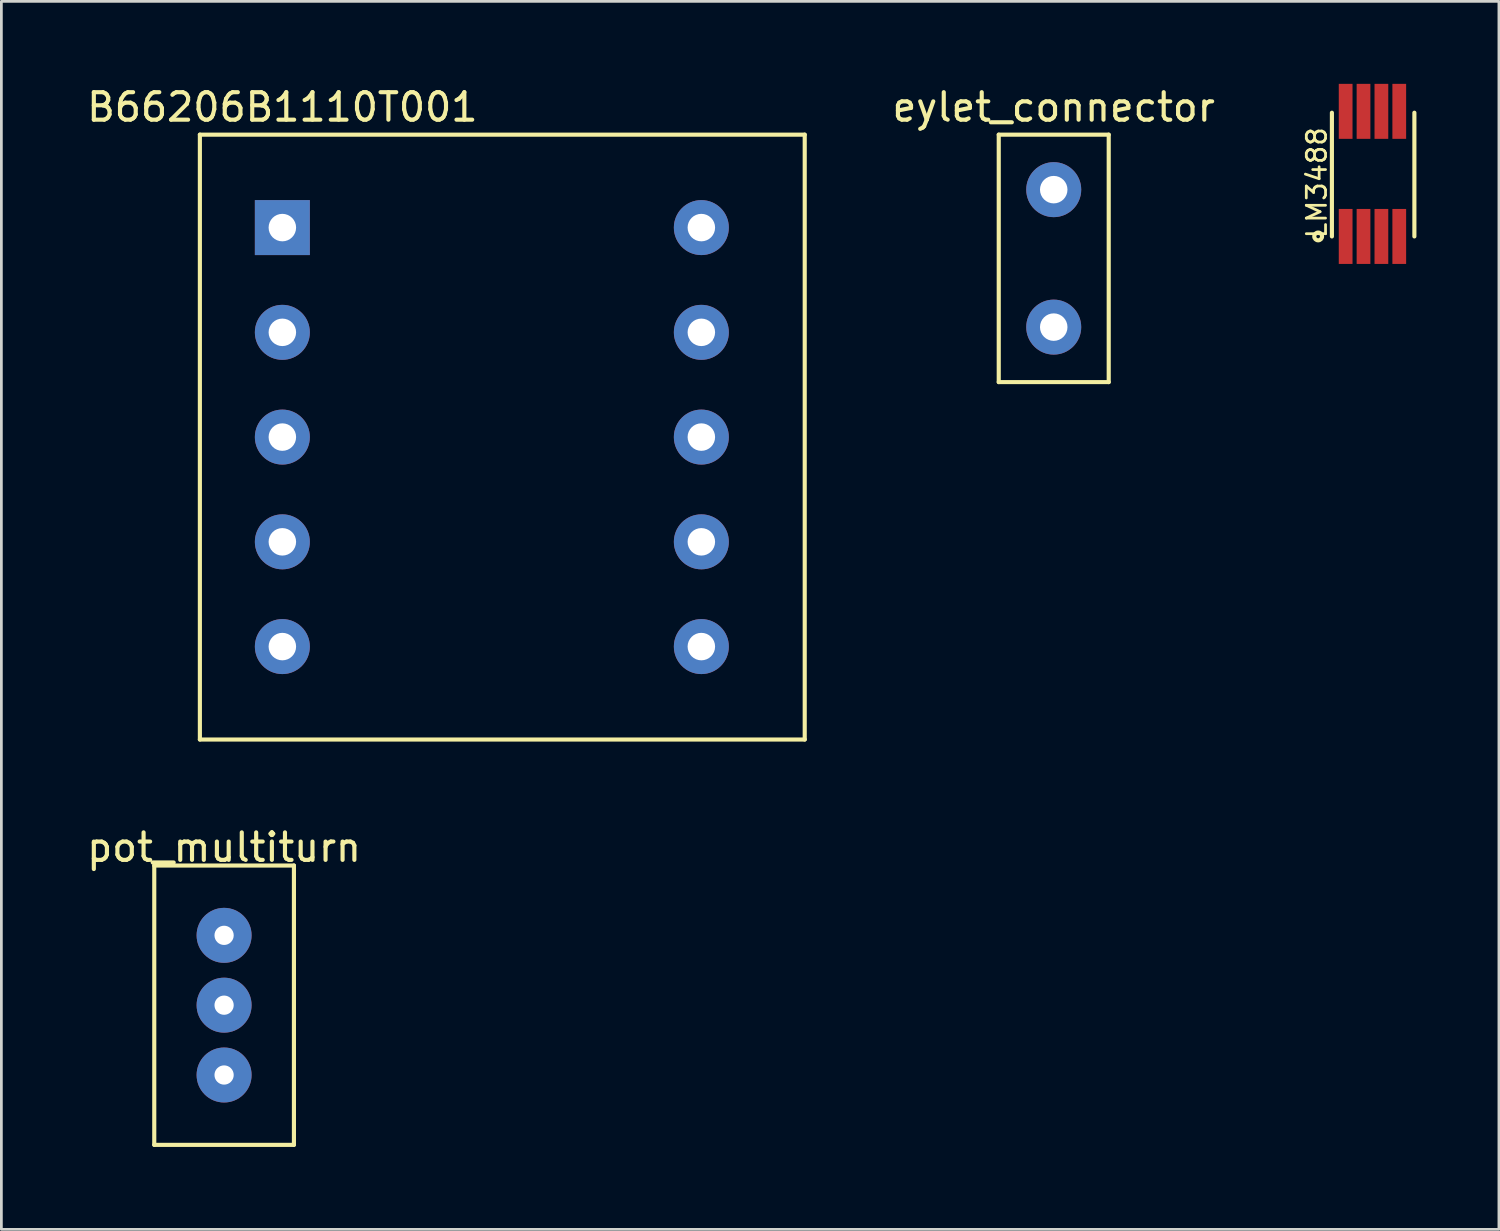
<source format=kicad_pcb>
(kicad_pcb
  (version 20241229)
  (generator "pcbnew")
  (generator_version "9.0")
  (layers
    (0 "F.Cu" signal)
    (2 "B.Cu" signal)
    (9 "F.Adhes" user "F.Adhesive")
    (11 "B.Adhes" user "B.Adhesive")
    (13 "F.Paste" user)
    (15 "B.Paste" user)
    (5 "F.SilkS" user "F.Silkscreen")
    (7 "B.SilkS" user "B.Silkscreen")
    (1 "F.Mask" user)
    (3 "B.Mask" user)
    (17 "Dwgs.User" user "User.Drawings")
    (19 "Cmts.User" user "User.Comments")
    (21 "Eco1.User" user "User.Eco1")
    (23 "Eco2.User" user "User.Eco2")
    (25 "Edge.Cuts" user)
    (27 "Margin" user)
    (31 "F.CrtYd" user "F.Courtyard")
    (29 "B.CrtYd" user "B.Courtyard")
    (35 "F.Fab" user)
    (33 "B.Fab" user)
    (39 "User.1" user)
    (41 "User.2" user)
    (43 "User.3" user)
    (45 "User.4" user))
  (footprint "eylet_connector"
    (layer "F.Cu")
    (at 35.277 3.848)
    (property "Reference" "eylet_connector" (at 0 -3 0) (layer "F.SilkS") (effects (font (size 1 1) (thickness 0.15))))
    (attr through_hole)
    (fp_line (start -2 -2) (end 2 -2) (stroke (width 0.15) (type solid)) (layer "F.SilkS"))
    (fp_line (start -2 7) (end -2 -2) (stroke (width 0.15) (type solid)) (layer "F.SilkS"))
    (fp_line (start 2 -2) (end 2 7) (stroke (width 0.15) (type solid)) (layer "F.SilkS"))
    (fp_line (start 2 7) (end -2 7) (stroke (width 0.15) (type solid)) (layer "F.SilkS"))
    (pad "1" thru_hole circle (at 0 0) (size 2 2) (drill 1) (layers "*.Cu" "*.Mask"))
    (pad "2" thru_hole circle (at 0 5) (size 2 2) (drill 1) (layers "*.Cu" "*.Mask")))
  (footprint "LM3488"
    (layer "F.Cu")
    (at 45.895 5.55)
    (property "Reference" "LM3488" (at -1.05 -1.95 90) (layer "F.SilkS") (effects (font (size 0.7 0.7) (thickness 0.1))))
    (attr through_hole)
    (fp_line (start -0.5 0) (end -0.5 -4.5) (stroke (width 0.15) (type solid)) (layer "F.SilkS"))
    (fp_line (start 2.5 0) (end 2.5 -4.5) (stroke (width 0.15) (type solid)) (layer "F.SilkS"))
    (fp_circle (center -1 0) (end -0.9 0.1) (stroke (width 0.15) (type solid)) (fill no) (layer "F.SilkS"))
    (pad "1" smd rect (at 0 0) (size 0.5 2) (layers "F.Cu" "F.Mask" "F.Paste"))
    (pad "2" smd rect (at 0.65 0) (size 0.5 2) (layers "F.Cu" "F.Mask" "F.Paste"))
    (pad "3" smd rect (at 1.3 0) (size 0.5 2) (layers "F.Cu" "F.Mask" "F.Paste"))
    (pad "4" smd rect (at 1.95 0) (size 0.5 2) (layers "F.Cu" "F.Mask" "F.Paste"))
    (pad "5" smd rect (at 1.95 -4.55) (size 0.5 2) (layers "F.Cu" "F.Mask" "F.Paste"))
    (pad "6" smd rect (at 1.3 -4.55) (size 0.5 2) (layers "F.Cu" "F.Mask" "F.Paste"))
    (pad "7" smd rect (at 0.65 -4.55) (size 0.5 2) (layers "F.Cu" "F.Mask" "F.Paste"))
    (pad "8" smd rect (at 0 -4.55) (size 0.5 2) (layers "F.Cu" "F.Mask" "F.Paste")))
  (footprint "pot_multiturn"
    (layer "F.Cu")
    (at 5.101 30.971)
    (property "Reference" "pot_multiturn" (at 0 -3.2 0) (layer "F.SilkS") (effects (font (size 1 1) (thickness 0.15))))
    (attr through_hole)
    (fp_line (start -2.54 -2.54) (end 2.54 -2.54) (stroke (width 0.15) (type solid)) (layer "F.SilkS"))
    (fp_line (start -2.54 7.62) (end -2.54 -2.54) (stroke (width 0.15) (type solid)) (layer "F.SilkS"))
    (fp_line (start 2.54 -2.54) (end 2.54 7.62) (stroke (width 0.15) (type solid)) (layer "F.SilkS"))
    (fp_line (start 2.54 7.62) (end -2.54 7.62) (stroke (width 0.15) (type solid)) (layer "F.SilkS"))
    (pad "1" thru_hole circle (at 0 0) (size 2 2) (drill 0.7) (layers "*.Cu" "*.Mask"))
    (pad "2" thru_hole circle (at 0 2.54) (size 2 2) (drill 0.7) (layers "*.Cu" "*.Mask"))
    (pad "3" thru_hole circle (at 0 5.08) (size 2 2) (drill 0.7) (layers "*.Cu" "*.Mask")))
  (footprint "B66206B1110T001"
    (layer "F.Cu")
    (at 7.22 12.848)
    (property "Reference" "B66206B1110T001" (at 0 -12 0) (layer "F.SilkS") (effects (font (size 1 1) (thickness 0.15))))
    (attr through_hole)
    (fp_line (start -3 -11) (end 19 -11) (stroke (width 0.15) (type solid)) (layer "F.SilkS"))
    (fp_line (start -3 11) (end -3 -11) (stroke (width 0.15) (type solid)) (layer "F.SilkS"))
    (fp_line (start 19 -11) (end 19 11) (stroke (width 0.15) (type solid)) (layer "F.SilkS"))
    (fp_line (start 19 11) (end -3 11) (stroke (width 0.15) (type solid)) (layer "F.SilkS"))
    (pad "1" thru_hole rect (at 0 -7.62) (size 2 2) (drill 1) (layers "*.Cu" "*.Mask"))
    (pad "2" thru_hole circle (at 0 -3.81) (size 2 2) (drill 1) (layers "*.Cu" "*.Mask"))
    (pad "3" thru_hole circle (at 0 0) (size 2 2) (drill 1) (layers "*.Cu" "*.Mask"))
    (pad "4" thru_hole circle (at 0 3.81) (size 2 2) (drill 1) (layers "*.Cu" "*.Mask"))
    (pad "5" thru_hole circle (at 0 7.62) (size 2 2) (drill 1) (layers "*.Cu" "*.Mask"))
    (pad "6" thru_hole circle (at 15.24 7.62) (size 2 2) (drill 1) (layers "*.Cu" "*.Mask"))
    (pad "7" thru_hole circle (at 15.24 3.81) (size 2 2) (drill 1) (layers "*.Cu" "*.Mask"))
    (pad "8" thru_hole circle (at 15.24 0) (size 2 2) (drill 1) (layers "*.Cu" "*.Mask"))
    (pad "9" thru_hole circle (at 15.24 -3.81) (size 2 2) (drill 1) (layers "*.Cu" "*.Mask"))
    (pad "10" thru_hole circle (at 15.24 -7.62) (size 2 2) (drill 1) (layers "*.Cu" "*.Mask")))
  (gr_rect
    (start -3 -3)
    (end 51.47 41.666)
    (stroke (width 0.1) (type default))
    (fill no)
    (layer "Edge.Cuts")))
</source>
